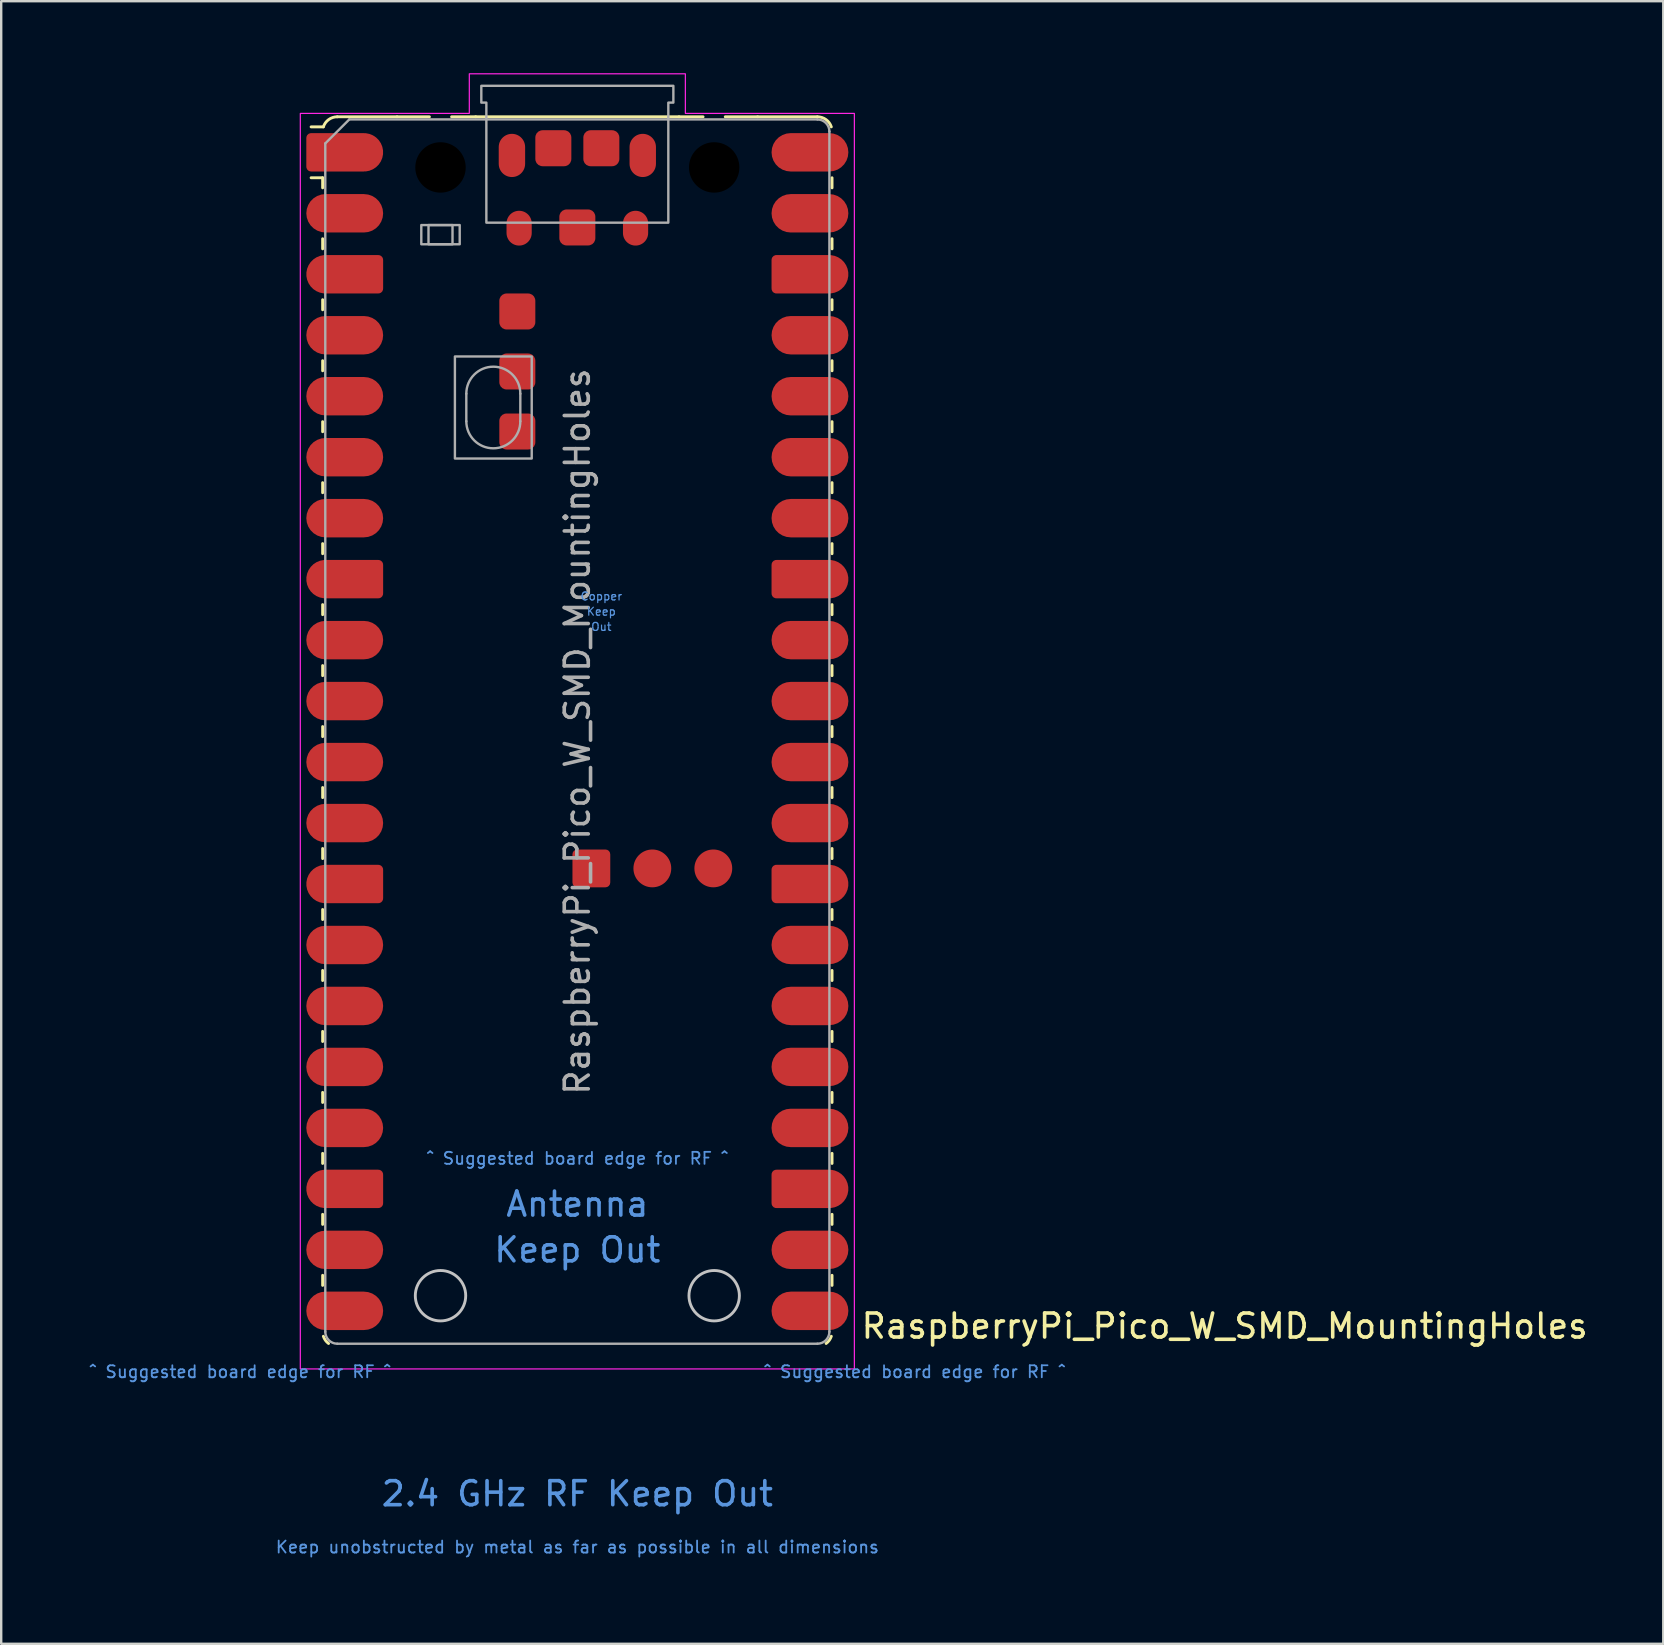
<source format=kicad_pcb>
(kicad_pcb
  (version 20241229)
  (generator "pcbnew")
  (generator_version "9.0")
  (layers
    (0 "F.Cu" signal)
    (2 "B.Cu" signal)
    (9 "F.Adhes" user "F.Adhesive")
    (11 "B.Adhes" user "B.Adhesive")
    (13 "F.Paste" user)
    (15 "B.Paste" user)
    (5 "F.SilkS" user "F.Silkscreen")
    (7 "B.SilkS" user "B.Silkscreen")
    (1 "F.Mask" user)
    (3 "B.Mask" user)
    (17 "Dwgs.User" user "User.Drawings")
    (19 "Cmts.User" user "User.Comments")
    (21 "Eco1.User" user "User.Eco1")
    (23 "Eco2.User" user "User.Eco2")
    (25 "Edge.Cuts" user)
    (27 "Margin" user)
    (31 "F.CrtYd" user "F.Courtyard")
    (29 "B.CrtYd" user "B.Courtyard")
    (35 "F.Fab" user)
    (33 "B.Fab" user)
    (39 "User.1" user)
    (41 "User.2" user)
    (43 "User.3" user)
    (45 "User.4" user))
  (footprint "RaspberryPi_Pico_W_SMD_MountingHoles"
    (layer "F.Cu")
    (at 21 27.425)
    (property "Reference" "RaspberryPi_Pico_W_SMD_MountingHoles" (at 11.748 24.765 0) (unlocked yes) (layer "F.SilkS") (effects (font (size 1 1) (thickness 0.15)) (justify left)))
    (attr smd)
    (fp_line (start -10.61 -23.07) (end -11.09 -23.07) (stroke (width 0.12) (type solid)) (layer "F.SilkS"))
    (fp_line (start -10.61 -23.07) (end -10.61 -22.65) (stroke (width 0.12) (type solid)) (layer "F.SilkS"))
    (fp_line (start -10.61 -20.53) (end -10.61 -20.11) (stroke (width 0.12) (type solid)) (layer "F.SilkS"))
    (fp_line (start -10.61 -17.99) (end -10.61 -17.57) (stroke (width 0.12) (type solid)) (layer "F.SilkS"))
    (fp_line (start -10.61 -15.45) (end -10.61 -15.03) (stroke (width 0.12) (type solid)) (layer "F.SilkS"))
    (fp_line (start -10.61 -12.91) (end -10.61 -12.49) (stroke (width 0.12) (type solid)) (layer "F.SilkS"))
    (fp_line (start -10.61 -10.37) (end -10.61 -9.95) (stroke (width 0.12) (type solid)) (layer "F.SilkS"))
    (fp_line (start -10.61 -7.83) (end -10.61 -7.41) (stroke (width 0.12) (type solid)) (layer "F.SilkS"))
    (fp_line (start -10.61 -5.29) (end -10.61 -4.87) (stroke (width 0.12) (type solid)) (layer "F.SilkS"))
    (fp_line (start -10.61 -2.75) (end -10.61 -2.33) (stroke (width 0.12) (type solid)) (layer "F.SilkS"))
    (fp_line (start -10.61 -0.21) (end -10.61 0.21) (stroke (width 0.12) (type solid)) (layer "F.SilkS"))
    (fp_line (start -10.61 2.33) (end -10.61 2.75) (stroke (width 0.12) (type solid)) (layer "F.SilkS"))
    (fp_line (start -10.61 4.87) (end -10.61 5.29) (stroke (width 0.12) (type solid)) (layer "F.SilkS"))
    (fp_line (start -10.61 7.41) (end -10.61 7.83) (stroke (width 0.12) (type solid)) (layer "F.SilkS"))
    (fp_line (start -10.61 9.95) (end -10.61 10.37) (stroke (width 0.12) (type solid)) (layer "F.SilkS"))
    (fp_line (start -10.61 12.49) (end -10.61 12.91) (stroke (width 0.12) (type solid)) (layer "F.SilkS"))
    (fp_line (start -10.61 15.03) (end -10.61 15.45) (stroke (width 0.12) (type solid)) (layer "F.SilkS"))
    (fp_line (start -10.61 17.57) (end -10.61 17.99) (stroke (width 0.12) (type solid)) (layer "F.SilkS"))
    (fp_line (start -10.61 20.11) (end -10.61 20.53) (stroke (width 0.12) (type solid)) (layer "F.SilkS"))
    (fp_line (start -10.61 22.65) (end -10.61 23.07) (stroke (width 0.12) (type solid)) (layer "F.SilkS"))
    (fp_line (start -10.58 -25.19) (end -11.09 -25.19) (stroke (width 0.12) (type solid)) (layer "F.SilkS"))
    (fp_line (start -10 -25.61) (end -7.51 -25.61) (stroke (width 0.12) (type solid)) (layer "F.SilkS"))
    (fp_line (start -7.51 -25.61) (end -6.162 -25.61) (stroke (width 0.12) (type solid)) (layer "F.SilkS"))
    (fp_line (start -5.238 -25.61) (end -4.235 -25.61) (stroke (width 0.12) (type solid)) (layer "F.SilkS"))
    (fp_line (start -4.235 -25.61) (end 4.235 -25.61) (stroke (width 0.12) (type solid)) (layer "F.SilkS"))
    (fp_line (start 4.235 -25.61) (end 5.238 -25.61) (stroke (width 0.12) (type solid)) (layer "F.SilkS"))
    (fp_line (start 6.162 -25.61) (end 7.51 -25.61) (stroke (width 0.12) (type solid)) (layer "F.SilkS"))
    (fp_line (start 10 -25.61) (end 7.51 -25.61) (stroke (width 0.12) (type solid)) (layer "F.SilkS"))
    (fp_line (start 10.61 -23.07) (end 10.61 -22.65) (stroke (width 0.12) (type solid)) (layer "F.SilkS"))
    (fp_line (start 10.61 -20.53) (end 10.61 -20.11) (stroke (width 0.12) (type solid)) (layer "F.SilkS"))
    (fp_line (start 10.61 -17.99) (end 10.61 -17.57) (stroke (width 0.12) (type solid)) (layer "F.SilkS"))
    (fp_line (start 10.61 -15.45) (end 10.61 -15.03) (stroke (width 0.12) (type solid)) (layer "F.SilkS"))
    (fp_line (start 10.61 -12.91) (end 10.61 -12.49) (stroke (width 0.12) (type solid)) (layer "F.SilkS"))
    (fp_line (start 10.61 -10.37) (end 10.61 -9.95) (stroke (width 0.12) (type solid)) (layer "F.SilkS"))
    (fp_line (start 10.61 -7.83) (end 10.61 -7.41) (stroke (width 0.12) (type solid)) (layer "F.SilkS"))
    (fp_line (start 10.61 -5.29) (end 10.61 -4.87) (stroke (width 0.12) (type solid)) (layer "F.SilkS"))
    (fp_line (start 10.61 -2.75) (end 10.61 -2.33) (stroke (width 0.12) (type solid)) (layer "F.SilkS"))
    (fp_line (start 10.61 -0.21) (end 10.61 0.21) (stroke (width 0.12) (type solid)) (layer "F.SilkS"))
    (fp_line (start 10.61 2.33) (end 10.61 2.75) (stroke (width 0.12) (type solid)) (layer "F.SilkS"))
    (fp_line (start 10.61 4.87) (end 10.61 5.29) (stroke (width 0.12) (type solid)) (layer "F.SilkS"))
    (fp_line (start 10.61 7.41) (end 10.61 7.83) (stroke (width 0.12) (type solid)) (layer "F.SilkS"))
    (fp_line (start 10.61 9.95) (end 10.61 10.37) (stroke (width 0.12) (type solid)) (layer "F.SilkS"))
    (fp_line (start 10.61 12.49) (end 10.61 12.91) (stroke (width 0.12) (type solid)) (layer "F.SilkS"))
    (fp_line (start 10.61 15.03) (end 10.61 15.45) (stroke (width 0.12) (type solid)) (layer "F.SilkS"))
    (fp_line (start 10.61 17.57) (end 10.61 17.99) (stroke (width 0.12) (type solid)) (layer "F.SilkS"))
    (fp_line (start 10.61 20.11) (end 10.61 20.53) (stroke (width 0.12) (type solid)) (layer "F.SilkS"))
    (fp_line (start 10.61 22.65) (end 10.61 23.07) (stroke (width 0.12) (type solid)) (layer "F.SilkS"))
    (fp_arc (start -10.579676 -25.19) (mid -10.357938 -25.493944) (end -10 -25.61) (stroke (width 0.12) (type solid)) (layer "F.SilkS"))
    (fp_arc (start -10.363318 25.49) (mid -10.494791 25.356765) (end -10.579676 25.189937) (stroke (width 0.12) (type solid)) (layer "F.SilkS"))
    (fp_arc (start 10 -25.61) (mid 10.357937 -25.493944) (end 10.579676 -25.189937) (stroke (width 0.12) (type solid)) (layer "F.SilkS"))
    (fp_arc (start 10.579676 25.189937) (mid 10.494813 25.35678) (end 10.363318 25.49) (stroke (width 0.12) (type solid)) (layer "F.SilkS"))
    (fp_circle (center -5.7 23.5) (end -4.65 23.5) (stroke (width 0.12) (type solid)) (fill no) (layer "Dwgs.User"))
    (fp_circle (center 5.7 23.5) (end 6.75 23.5) (stroke (width 0.12) (type solid)) (fill no) (layer "Dwgs.User"))
    (fp_poly (pts (xy -4.5 -27.4) (xy 4.5 -27.4) (xy 4.5 -25.75) (xy 11.54 -25.75) (xy 11.54 26.55) (xy -11.54 26.55) (xy -11.54 -25.75) (xy -4.5 -25.75)) (stroke (width 0.05) (type solid)) (fill no) (layer "F.CrtYd"))
    (fp_line (start -10.5 -24.5) (end -9.5 -25.5) (stroke (width 0.1) (type solid)) (layer "F.Fab"))
    (fp_line (start -10.5 25) (end -10.5 -24.5) (stroke (width 0.1) (type solid)) (layer "F.Fab"))
    (fp_line (start -9.5 -25.5) (end 10 -25.5) (stroke (width 0.1) (type solid)) (layer "F.Fab"))
    (fp_line (start -4.625 -14.075) (end -4.625 -12.925) (stroke (width 0.1) (type solid)) (layer "F.Fab"))
    (fp_line (start -2.375 -14.075) (end -2.375 -12.925) (stroke (width 0.1) (type solid)) (layer "F.Fab"))
    (fp_line (start 10 25.5) (end -10 25.5) (stroke (width 0.1) (type solid)) (layer "F.Fab"))
    (fp_line (start 10.5 -25) (end 10.5 25) (stroke (width 0.1) (type solid)) (layer "F.Fab"))
    (fp_rect (start -6.5 -21.1) (end -4.9 -20.3) (stroke (width 0.1) (type solid)) (fill no) (layer "F.Fab"))
    (fp_rect (start -6.2 -21.1) (end -5.2 -20.3) (stroke (width 0.1) (type solid)) (fill no) (layer "F.Fab"))
    (fp_rect (start -5.1 -15.625) (end -1.9 -11.375) (stroke (width 0.1) (type solid)) (fill no) (layer "F.Fab"))
    (fp_arc (start -10 25.5) (mid -10.353553 25.353553) (end -10.5 25) (stroke (width 0.1) (type solid)) (layer "F.Fab"))
    (fp_arc (start -4.625 -14.075) (mid -3.5 -15.2) (end -2.375 -14.075) (stroke (width 0.1) (type solid)) (layer "F.Fab"))
    (fp_arc (start -2.375 -12.925) (mid -3.5 -11.8) (end -4.625 -12.925) (stroke (width 0.1) (type solid)) (layer "F.Fab"))
    (fp_arc (start 10 -25.5) (mid 10.353553 -25.353553) (end 10.5 -25) (stroke (width 0.1) (type solid)) (layer "F.Fab"))
    (fp_arc (start 10.5 25) (mid 10.353553 25.353553) (end 10 25.5) (stroke (width 0.1) (type solid)) (layer "F.Fab"))
    (fp_poly (pts (xy 3.79 -21.2) (xy 3.79 -26.2) (xy 4 -26.2) (xy 4 -26.9) (xy -4 -26.9) (xy -4 -26.2) (xy -3.79 -26.2) (xy -3.79 -21.2)) (stroke (width 0.1) (type solid)) (fill no) (layer "F.Fab"))
    (fp_text user "Keep Out" (at 0 21.59 0) (unlocked yes) (layer "Cmts.User") (effects (font (size 1 1) (thickness 0.15))))
    (fp_text user "2.4 GHz RF Keep Out" (at 0 31.75 0) (unlocked yes) (layer "Cmts.User") (effects (font (size 1 1) (thickness 0.15))))
    (fp_text user "Out" (at 1 -4.365 0) (unlocked yes) (layer "Cmts.User") (effects (font (size 0.333 0.333) (thickness 0.05))))
    (fp_text user "Keep" (at 1 -5 0) (unlocked yes) (layer "Cmts.User") (effects (font (size 0.333 0.333) (thickness 0.05))))
    (fp_text user "^ Suggested board edge for RF ^" (at 0 17.78 0) (unlocked yes) (layer "Cmts.User") (effects (font (size 0.5 0.5) (thickness 0.075))))
    (fp_text user "^ Suggested board edge for RF ^" (at 14.05 26.67 0) (unlocked yes) (layer "Cmts.User") (effects (font (size 0.5 0.5) (thickness 0.075))))
    (fp_text user "Copper" (at 1 -5.635 0) (unlocked yes) (layer "Cmts.User") (effects (font (size 0.333 0.333) (thickness 0.05))))
    (fp_text user "^ Suggested board edge for RF ^" (at -14.05 26.67 0) (unlocked yes) (layer "Cmts.User") (effects (font (size 0.5 0.5) (thickness 0.075))))
    (fp_text user "Keep unobstructed by metal as far as possible in all dimensions" (at 0 33.972 0) (unlocked yes) (layer "Cmts.User") (effects (font (size 0.5 0.5) (thickness 0.075))))
    (fp_text user "Antenna" (at 0 19.685 0) (unlocked yes) (layer "Cmts.User") (effects (font (size 1 1) (thickness 0.15))))
    (fp_text user "${REFERENCE}" (at 0 0 90) (layer "F.Fab") (effects (font (size 1 1) (thickness 0.15))))
    (pad "" smd rect (at -8.89 -24.13) (size 3.8 2.2) (drill (offset -0.8 0)) (layers "F.Paste"))
    (pad "" smd rect (at -8.89 -21.59) (size 3.8 2.2) (drill (offset -0.8 0)) (layers "F.Paste"))
    (pad "" smd rect (at -8.89 -19.05) (size 3.8 2.2) (drill (offset -0.8 0)) (layers "F.Paste"))
    (pad "" smd rect (at -8.89 -16.51) (size 3.8 2.2) (drill (offset -0.8 0)) (layers "F.Paste"))
    (pad "" smd rect (at -8.89 -13.97) (size 3.8 2.2) (drill (offset -0.8 0)) (layers "F.Paste"))
    (pad "" smd rect (at -8.89 -11.43) (size 3.8 2.2) (drill (offset -0.8 0)) (layers "F.Paste"))
    (pad "" smd rect (at -8.89 -8.89) (size 3.8 2.2) (drill (offset -0.8 0)) (layers "F.Paste"))
    (pad "" smd rect (at -8.89 -6.35) (size 3.8 2.2) (drill (offset -0.8 0)) (layers "F.Paste"))
    (pad "" smd rect (at -8.89 -3.81) (size 3.8 2.2) (drill (offset -0.8 0)) (layers "F.Paste"))
    (pad "" smd rect (at -8.89 -1.27) (size 3.8 2.2) (drill (offset -0.8 0)) (layers "F.Paste"))
    (pad "" smd rect (at -8.89 1.27) (size 3.8 2.2) (drill (offset -0.8 0)) (layers "F.Paste"))
    (pad "" smd rect (at -8.89 3.81) (size 3.8 2.2) (drill (offset -0.8 0)) (layers "F.Paste"))
    (pad "" smd rect (at -8.89 6.35) (size 3.8 2.2) (drill (offset -0.8 0)) (layers "F.Paste"))
    (pad "" smd rect (at -8.89 8.89) (size 3.8 2.2) (drill (offset -0.8 0)) (layers "F.Paste"))
    (pad "" smd rect (at -8.89 11.43) (size 3.8 2.2) (drill (offset -0.8 0)) (layers "F.Paste"))
    (pad "" smd rect (at -8.89 13.97) (size 3.8 2.2) (drill (offset -0.8 0)) (layers "F.Paste"))
    (pad "" smd rect (at -8.89 16.51) (size 3.8 2.2) (drill (offset -0.8 0)) (layers "F.Paste"))
    (pad "" smd rect (at -8.89 19.05) (size 3.8 2.2) (drill (offset -0.8 0)) (layers "F.Paste"))
    (pad "" smd rect (at -8.89 21.59) (size 3.8 2.2) (drill (offset -0.8 0)) (layers "F.Paste"))
    (pad "" smd rect (at -8.89 24.13) (size 3.8 2.2) (drill (offset -0.8 0)) (layers "F.Paste"))
    (pad "" np_thru_hole circle (at -5.7 -23.5) (size 3.8 3.8) (drill 2.1) (layers "*.Mask"))
    (pad "" smd oval (at -2.725 -24) (size 1.1 1.8) (layers "F.Cu" "F.Mask" "F.Paste"))
    (pad "" smd oval (at -2.425 -20.97) (size 1.05 1.45) (layers "F.Cu" "F.Mask" "F.Paste"))
    (pad "" smd oval (at 2.425 -20.97) (size 1.05 1.45) (layers "F.Cu" "F.Mask" "F.Paste"))
    (pad "" smd oval (at 2.725 -24) (size 1.1 1.8) (layers "F.Cu" "F.Mask" "F.Paste"))
    (pad "" np_thru_hole circle (at 5.7 -23.5) (size 3.8 3.8) (drill 2.1) (layers "*.Mask"))
    (pad "" smd rect (at 8.89 -24.13) (size 3.8 2.2) (drill (offset 0.8 0)) (layers "F.Paste"))
    (pad "" smd rect (at 8.89 -21.59) (size 3.8 2.2) (drill (offset 0.8 0)) (layers "F.Paste"))
    (pad "" smd rect (at 8.89 -19.05) (size 3.8 2.2) (drill (offset 0.8 0)) (layers "F.Paste"))
    (pad "" smd rect (at 8.89 -16.51) (size 3.8 2.2) (drill (offset 0.8 0)) (layers "F.Paste"))
    (pad "" smd rect (at 8.89 -13.97) (size 3.8 2.2) (drill (offset 0.8 0)) (layers "F.Paste"))
    (pad "" smd rect (at 8.89 -11.43) (size 3.8 2.2) (drill (offset 0.8 0)) (layers "F.Paste"))
    (pad "" smd rect (at 8.89 -8.89) (size 3.8 2.2) (drill (offset 0.8 0)) (layers "F.Paste"))
    (pad "" smd rect (at 8.89 -6.35) (size 3.8 2.2) (drill (offset 0.8 0)) (layers "F.Paste"))
    (pad "" smd rect (at 8.89 -3.81) (size 3.8 2.2) (drill (offset 0.8 0)) (layers "F.Paste"))
    (pad "" smd rect (at 8.89 -1.27) (size 3.8 2.2) (drill (offset 0.8 0)) (layers "F.Paste"))
    (pad "" smd rect (at 8.89 1.27) (size 3.8 2.2) (drill (offset 0.8 0)) (layers "F.Paste"))
    (pad "" smd rect (at 8.89 3.81) (size 3.8 2.2) (drill (offset 0.8 0)) (layers "F.Paste"))
    (pad "" smd rect (at 8.89 6.35) (size 3.8 2.2) (drill (offset 0.8 0)) (layers "F.Paste"))
    (pad "" smd rect (at 8.89 8.89) (size 3.8 2.2) (drill (offset 0.8 0)) (layers "F.Paste"))
    (pad "" smd rect (at 8.89 11.43) (size 3.8 2.2) (drill (offset 0.8 0)) (layers "F.Paste"))
    (pad "" smd rect (at 8.89 13.97) (size 3.8 2.2) (drill (offset 0.8 0)) (layers "F.Paste"))
    (pad "" smd rect (at 8.89 16.51) (size 3.8 2.2) (drill (offset 0.8 0)) (layers "F.Paste"))
    (pad "" smd rect (at 8.89 19.05) (size 3.8 2.2) (drill (offset 0.8 0)) (layers "F.Paste"))
    (pad "" smd rect (at 8.89 21.59) (size 3.8 2.2) (drill (offset 0.8 0)) (layers "F.Paste"))
    (pad "" smd rect (at 8.89 24.13) (size 3.8 2.2) (drill (offset 0.8 0)) (layers "F.Paste"))
    (pad "1" smd custom (at -8.89 -24.13) (size 1.6 1.6) (layers "F.Cu" "F.Mask") (options (anchor circle)) (primitives (gr_poly (pts (xy -2.4 0.6) (xy -2.4 -0.6) (xy -2.2 -0.8) (xy 0 -0.8) (xy 0 0.8) (xy -2.2 0.8)) (width 0) (fill yes)) (gr_circle (center -2.2 0.6) (end -2 0.6) (width 0) (fill yes)) (gr_circle (center -2.2 -0.6) (end -2 -0.6) (width 0) (fill yes))))
    (pad "2" smd roundrect (at -8.89 -21.59) (size 3.2 1.6) (drill (offset -0.8 0)) (layers "F.Cu" "F.Mask") (roundrect_rratio 0.5))
    (pad "3" smd custom (at -8.89 -19.05) (size 1.6 1.6) (layers "F.Cu" "F.Mask") (options (anchor circle)) (primitives (gr_poly (pts (xy 0.8 -0.6) (xy 0.8 0.6) (xy 0.6 0.8) (xy -1.6 0.8) (xy -1.6 -0.8) (xy 0.6 -0.8)) (width 0) (fill yes)) (gr_circle (center 0.6 0.6) (end 0.8 0.6) (width 0) (fill yes)) (gr_circle (center 0.6 -0.6) (end 0.8 -0.6) (width 0) (fill yes)) (gr_circle (center -1.6 0) (end -0.8 0) (width 0) (fill yes))))
    (pad "4" smd roundrect (at -8.89 -16.51) (size 3.2 1.6) (drill (offset -0.8 0)) (layers "F.Cu" "F.Mask") (roundrect_rratio 0.5))
    (pad "5" smd roundrect (at -8.89 -13.97) (size 3.2 1.6) (drill (offset -0.8 0)) (layers "F.Cu" "F.Mask") (roundrect_rratio 0.5))
    (pad "6" smd roundrect (at -8.89 -11.43) (size 3.2 1.6) (drill (offset -0.8 0)) (layers "F.Cu" "F.Mask") (roundrect_rratio 0.5))
    (pad "7" smd roundrect (at -8.89 -8.89) (size 3.2 1.6) (drill (offset -0.8 0)) (layers "F.Cu" "F.Mask") (roundrect_rratio 0.5))
    (pad "8" smd custom (at -8.89 -6.35) (size 1.6 1.6) (layers "F.Cu" "F.Mask") (options (anchor circle)) (primitives (gr_poly (pts (xy 0.8 -0.6) (xy 0.8 0.6) (xy 0.6 0.8) (xy -1.6 0.8) (xy -1.6 -0.8) (xy 0.6 -0.8)) (width 0) (fill yes)) (gr_circle (center 0.6 0.6) (end 0.8 0.6) (width 0) (fill yes)) (gr_circle (center 0.6 -0.6) (end 0.8 -0.6) (width 0) (fill yes)) (gr_circle (center -1.6 0) (end -0.8 0) (width 0) (fill yes))))
    (pad "9" smd roundrect (at -8.89 -3.81) (size 3.2 1.6) (drill (offset -0.8 0)) (layers "F.Cu" "F.Mask") (roundrect_rratio 0.5))
    (pad "10" smd roundrect (at -8.89 -1.27) (size 3.2 1.6) (drill (offset -0.8 0)) (layers "F.Cu" "F.Mask") (roundrect_rratio 0.5))
    (pad "11" smd roundrect (at -8.89 1.27) (size 3.2 1.6) (drill (offset -0.8 0)) (layers "F.Cu" "F.Mask") (roundrect_rratio 0.5))
    (pad "12" smd roundrect (at -8.89 3.81) (size 3.2 1.6) (drill (offset -0.8 0)) (layers "F.Cu" "F.Mask") (roundrect_rratio 0.5))
    (pad "13" smd custom (at -8.89 6.35) (size 1.6 1.6) (layers "F.Cu" "F.Mask") (options (anchor circle)) (primitives (gr_poly (pts (xy 0.8 -0.6) (xy 0.8 0.6) (xy 0.6 0.8) (xy -1.6 0.8) (xy -1.6 -0.8) (xy 0.6 -0.8)) (width 0) (fill yes)) (gr_circle (center 0.6 0.6) (end 0.8 0.6) (width 0) (fill yes)) (gr_circle (center 0.6 -0.6) (end 0.8 -0.6) (width 0) (fill yes)) (gr_circle (center -1.6 0) (end -0.8 0) (width 0) (fill yes))))
    (pad "14" smd roundrect (at -8.89 8.89) (size 3.2 1.6) (drill (offset -0.8 0)) (layers "F.Cu" "F.Mask") (roundrect_rratio 0.5))
    (pad "15" smd roundrect (at -8.89 11.43) (size 3.2 1.6) (drill (offset -0.8 0)) (layers "F.Cu" "F.Mask") (roundrect_rratio 0.5))
    (pad "16" smd roundrect (at -8.89 13.97) (size 3.2 1.6) (drill (offset -0.8 0)) (layers "F.Cu" "F.Mask") (roundrect_rratio 0.5))
    (pad "17" smd roundrect (at -8.89 16.51) (size 3.2 1.6) (drill (offset -0.8 0)) (layers "F.Cu" "F.Mask") (roundrect_rratio 0.5))
    (pad "18" smd custom (at -8.89 19.05) (size 1.6 1.6) (layers "F.Cu" "F.Mask") (options (anchor circle)) (primitives (gr_poly (pts (xy 0.8 -0.6) (xy 0.8 0.6) (xy 0.6 0.8) (xy -1.6 0.8) (xy -1.6 -0.8) (xy 0.6 -0.8)) (width 0) (fill yes)) (gr_circle (center 0.6 0.6) (end 0.8 0.6) (width 0) (fill yes)) (gr_circle (center 0.6 -0.6) (end 0.8 -0.6) (width 0) (fill yes)) (gr_circle (center -1.6 0) (end -0.8 0) (width 0) (fill yes))))
    (pad "19" smd roundrect (at -8.89 21.59) (size 3.2 1.6) (drill (offset -0.8 0)) (layers "F.Cu" "F.Mask") (roundrect_rratio 0.5))
    (pad "20" smd roundrect (at -8.89 24.13) (size 3.2 1.6) (drill (offset -0.8 0)) (layers "F.Cu" "F.Mask") (roundrect_rratio 0.5))
    (pad "21" smd roundrect (at 8.89 24.13) (size 3.2 1.6) (drill (offset 0.8 0)) (layers "F.Cu" "F.Mask") (roundrect_rratio 0.5))
    (pad "22" smd roundrect (at 8.89 21.59) (size 3.2 1.6) (drill (offset 0.8 0)) (layers "F.Cu" "F.Mask") (roundrect_rratio 0.5))
    (pad "23" smd custom (at 8.89 19.05) (size 1.6 1.6) (layers "F.Cu" "F.Mask") (options (anchor circle)) (primitives (gr_poly (pts (xy -0.8 -0.6) (xy -0.8 0.6) (xy -0.6 0.8) (xy 1.6 0.8) (xy 1.6 -0.8) (xy -0.6 -0.8)) (width 0) (fill yes)) (gr_circle (center -0.6 0.6) (end -0.4 0.6) (width 0) (fill yes)) (gr_circle (center -0.6 -0.6) (end -0.4 -0.6) (width 0) (fill yes)) (gr_circle (center 1.6 0) (end 2.4 0) (width 0) (fill yes))))
    (pad "24" smd roundrect (at 8.89 16.51) (size 3.2 1.6) (drill (offset 0.8 0)) (layers "F.Cu" "F.Mask") (roundrect_rratio 0.5))
    (pad "25" smd roundrect (at 8.89 13.97) (size 3.2 1.6) (drill (offset 0.8 0)) (layers "F.Cu" "F.Mask") (roundrect_rratio 0.5))
    (pad "26" smd roundrect (at 8.89 11.43) (size 3.2 1.6) (drill (offset 0.8 0)) (layers "F.Cu" "F.Mask") (roundrect_rratio 0.5))
    (pad "27" smd roundrect (at 8.89 8.89) (size 3.2 1.6) (drill (offset 0.8 0)) (layers "F.Cu" "F.Mask") (roundrect_rratio 0.5))
    (pad "28" smd custom (at 8.89 6.35) (size 1.6 1.6) (layers "F.Cu" "F.Mask") (options (anchor circle)) (primitives (gr_poly (pts (xy -0.8 -0.6) (xy -0.8 0.6) (xy -0.6 0.8) (xy 1.6 0.8) (xy 1.6 -0.8) (xy -0.6 -0.8)) (width 0) (fill yes)) (gr_circle (center -0.6 0.6) (end -0.4 0.6) (width 0) (fill yes)) (gr_circle (center -0.6 -0.6) (end -0.4 -0.6) (width 0) (fill yes)) (gr_circle (center 1.6 0) (end 2.4 0) (width 0) (fill yes))))
    (pad "29" smd roundrect (at 8.89 3.81) (size 3.2 1.6) (drill (offset 0.8 0)) (layers "F.Cu" "F.Mask") (roundrect_rratio 0.5))
    (pad "30" smd roundrect (at 8.89 1.27) (size 3.2 1.6) (drill (offset 0.8 0)) (layers "F.Cu" "F.Mask") (roundrect_rratio 0.5))
    (pad "31" smd roundrect (at 8.89 -1.27) (size 3.2 1.6) (drill (offset 0.8 0)) (layers "F.Cu" "F.Mask") (roundrect_rratio 0.5))
    (pad "32" smd roundrect (at 8.89 -3.81) (size 3.2 1.6) (drill (offset 0.8 0)) (layers "F.Cu" "F.Mask") (roundrect_rratio 0.5))
    (pad "33" smd custom (at 8.89 -6.35) (size 1.6 1.6) (layers "F.Cu" "F.Mask") (options (anchor circle)) (primitives (gr_poly (pts (xy -0.8 -0.6) (xy -0.8 0.6) (xy -0.6 0.8) (xy 1.6 0.8) (xy 1.6 -0.8) (xy -0.6 -0.8)) (width 0) (fill yes)) (gr_circle (center -0.6 0.6) (end -0.4 0.6) (width 0) (fill yes)) (gr_circle (center -0.6 -0.6) (end -0.4 -0.6) (width 0) (fill yes)) (gr_circle (center 1.6 0) (end 2.4 0) (width 0) (fill yes))))
    (pad "34" smd roundrect (at 8.89 -8.89) (size 3.2 1.6) (drill (offset 0.8 0)) (layers "F.Cu" "F.Mask") (roundrect_rratio 0.5))
    (pad "35" smd roundrect (at 8.89 -11.43) (size 3.2 1.6) (drill (offset 0.8 0)) (layers "F.Cu" "F.Mask") (roundrect_rratio 0.5))
    (pad "36" smd roundrect (at 8.89 -13.97) (size 3.2 1.6) (drill (offset 0.8 0)) (layers "F.Cu" "F.Mask") (roundrect_rratio 0.5))
    (pad "37" smd roundrect (at 8.89 -16.51) (size 3.2 1.6) (drill (offset 0.8 0)) (layers "F.Cu" "F.Mask") (roundrect_rratio 0.5))
    (pad "38" smd custom (at 8.89 -19.05) (size 1.6 1.6) (layers "F.Cu" "F.Mask") (options (anchor circle)) (primitives (gr_poly (pts (xy -0.8 -0.6) (xy -0.8 0.6) (xy -0.6 0.8) (xy 1.6 0.8) (xy 1.6 -0.8) (xy -0.6 -0.8)) (width 0) (fill yes)) (gr_circle (center -0.6 0.6) (end -0.4 0.6) (width 0) (fill yes)) (gr_circle (center -0.6 -0.6) (end -0.4 -0.6) (width 0) (fill yes)) (gr_circle (center 1.6 0) (end 2.4 0) (width 0) (fill yes))))
    (pad "39" smd roundrect (at 8.89 -21.59) (size 3.2 1.6) (drill (offset 0.8 0)) (layers "F.Cu" "F.Mask") (roundrect_rratio 0.5))
    (pad "40" smd roundrect (at 8.89 -24.13) (size 3.2 1.6) (drill (offset 0.8 0)) (layers "F.Cu" "F.Mask") (roundrect_rratio 0.5))
    (pad "D1" smd roundrect (at 0.584 5.7) (size 1.575 1.575) (layers "F.Cu" "F.Mask" "F.Paste") (roundrect_rratio 0.127))
    (pad "D2" smd circle (at 3.124 5.7) (size 1.575 1.575) (layers "F.Cu" "F.Mask" "F.Paste"))
    (pad "D3" smd circle (at 5.664 5.7) (size 1.575 1.575) (layers "F.Cu" "F.Mask" "F.Paste"))
    (pad "TP1" smd roundrect (at 0 -21) (size 1.5 1.5) (layers "F.Cu" "F.Mask" "F.Paste") (roundrect_rratio 0.2))
    (pad "TP2" smd roundrect (at 1 -24.3) (size 1.5 1.5) (layers "F.Cu" "F.Mask" "F.Paste") (roundrect_rratio 0.2))
    (pad "TP3" smd roundrect (at -1 -24.3) (size 1.5 1.5) (layers "F.Cu" "F.Mask" "F.Paste") (roundrect_rratio 0.2))
    (pad "TP4" smd roundrect (at -2.5 -17.5) (size 1.5 1.5) (layers "F.Cu" "F.Mask" "F.Paste") (roundrect_rratio 0.2))
    (pad "TP5" smd roundrect (at -2.5 -15) (size 1.5 1.5) (layers "F.Cu" "F.Mask" "F.Paste") (roundrect_rratio 0.2))
    (pad "TP6" smd roundrect (at -2.5 -12.5) (size 1.5 1.5) (layers "F.Cu" "F.Mask" "F.Paste") (roundrect_rratio 0.2))
    (zone (net_name "") (layers "F.Cu" "B.Cu" "F.Paste" "B.Paste") (name "RF Copper Keep Out") (hatch full 0.5) (connect_pads) (min_thickness 0.254) (filled_areas_thickness no) (keepout (tracks not_allowed) (vias not_allowed) (pads not_allowed) (copperpour not_allowed) (footprints not_allowed)) (placement (enabled no)) (fill) (polygon (pts (xy 0 52.425) (xy 42 52.425) (xy 42 62.425) (xy 0 62.425))))
    (zone (net_name "") (layers "F.Cu" "B.Cu" "F.Paste" "B.Paste") (name "Antenna Copper Keep Out") (hatch full 0.5) (connect_pads) (min_thickness 0.254) (filled_areas_thickness no) (keepout (tracks not_allowed) (vias not_allowed) (pads not_allowed) (copperpour not_allowed) (footprints not_allowed)) (placement (enabled no)) (fill) (polygon (pts (xy 18.6 52.415) (xy 13.9 48.765) (xy 13.9 44.425) (xy 28.1 44.425) (xy 28.1 48.765) (xy 23.4 52.415) (xy 23.4 52.425) (xy 18.6 52.425))))
    (zone (net_name "") (layers "F.Cu" "F.Paste") (name "Pad Keep Out TP7") (hatch full 0.5) (connect_pads) (min_thickness 0.25) (filled_areas_thickness no) (keepout (tracks not_allowed) (vias not_allowed) (pads not_allowed) (copperpour not_allowed) (footprints allowed)) (placement (enabled no)) (fill) (polygon (pts (xy 21.052 21.909) (xy 21.086 21.783) (xy 21.152 21.669) (xy 21.244 21.577) (xy 21.358 21.511) (xy 21.484 21.477) (xy 21.55 21.475) (xy 22 21.475) (xy 22 23.375) (xy 21.55 23.375) (xy 21.484 23.373) (xy 21.358 23.339) (xy 21.244 23.273) (xy 21.152 23.181) (xy 21.086 23.067) (xy 21.052 22.941) (xy 21.05 22.875) (xy 21.05 21.975))))
    (zone (net_name "") (layers "F.Cu" "F.Paste") (name "Pad Keep Out TP7") (hatch full 0.5) (connect_pads) (min_thickness 0.25) (filled_areas_thickness no) (keepout (tracks not_allowed) (vias not_allowed) (pads not_allowed) (copperpour not_allowed) (footprints allowed)) (placement (enabled no)) (fill) (polygon (pts (xy 22 23.375) (xy 22.45 23.375) (xy 22.516 23.373) (xy 22.642 23.339) (xy 22.756 23.273) (xy 22.848 23.181) (xy 22.914 23.067) (xy 22.948 22.941) (xy 22.95 22.875) (xy 22.95 21.975) (xy 22.948 21.909) (xy 22.914 21.783) (xy 22.848 21.669) (xy 22.756 21.577) (xy 22.642 21.511) (xy 22.516 21.477) (xy 22.45 21.475) (xy 22 21.475))))
    (zone (net_name "") (layer "Edge.Cuts") (name "Board Keep Out Suggestion RF") (hatch edge 0.5) (connect_pads) (min_thickness 0.254) (filled_areas_thickness no) (keepout (tracks allowed) (vias allowed) (pads allowed) (copperpour allowed) (footprints allowed)) (placement (enabled no)) (fill) (polygon (pts (xy 28.1 53.425) (xy 42 53.425) (xy 42 62.425) (xy 0 62.425) (xy 0 53.425) (xy 13.9 53.425) (xy 13.9 44.425) (xy 28.1 44.425)))))
  (gr_rect
    (start -3 -3)
    (end 66.236 65.425)
    (stroke (width 0.1) (type default))
    (fill no)
    (layer "Edge.Cuts")))
</source>
